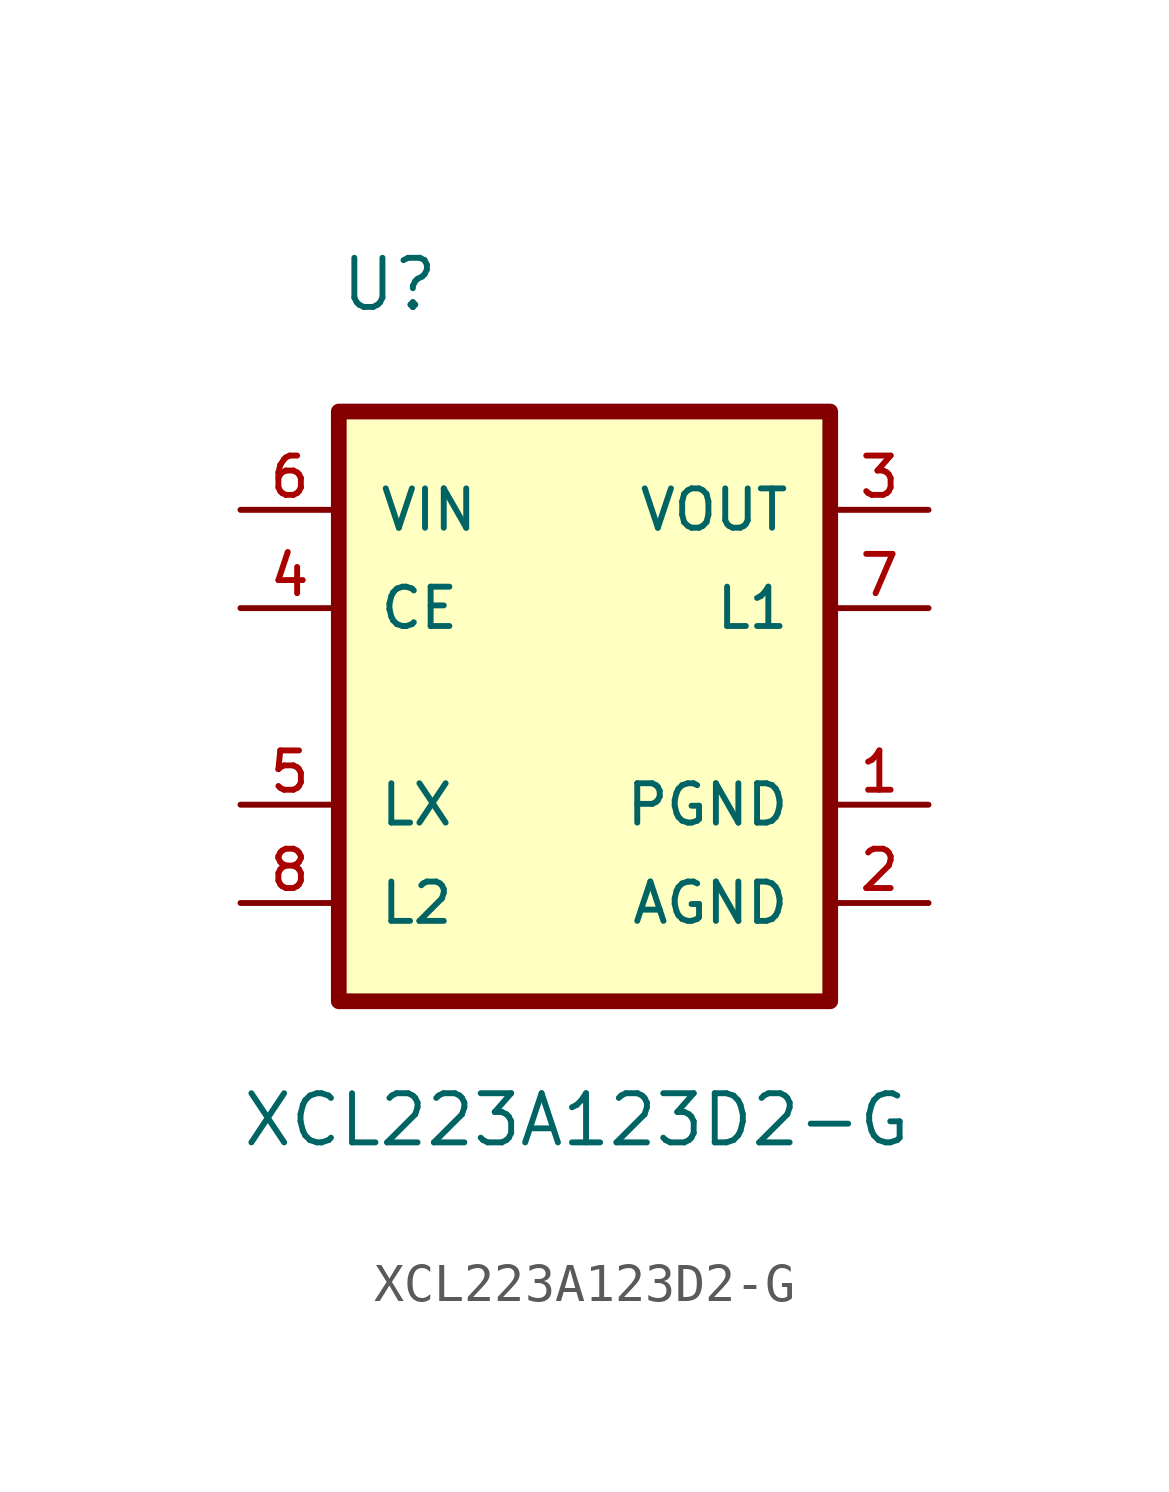
<source format=kicad_sym>
(kicad_symbol_lib
  (version 20211014)
  (generator kicad_symbol_editor)
  (symbol "XCL223A123D2-G"
    (pin_names
      (offset 1.016))
    (property "Reference" "U"
      (at -6.35 10.16 0)
      (effects (font (size 1.27 1.27)) (justify left bottom)))
    (property "Value" "XCL223A123D2-G"
      (at -8.89 -11.43 0)
      (effects (font (size 1.27 1.27)) (justify left bottom)))
    (property "ki_locked" ""
      (at 0 0 0)
      (effects (font (size 1.27 1.27))))
    (symbol "XCL223A123D2-G_0_0"
      (rectangle (start -6.35 7.62) (end 6.35 -7.62) (stroke (width 0.406) (type default) (color 0 0 0 0)) (fill (type background)))
      (pin power_in line (at 8.89 -2.54 180) (length 2.54) (name "PGND" (effects (font (size 1.016 1.016)))) (number "1" (effects (font (size 1.016 1.016)))))
      (pin power_in line (at 8.89 -5.08 180) (length 2.54) (name "AGND" (effects (font (size 1.016 1.016)))) (number "2" (effects (font (size 1.016 1.016)))))
      (pin power_in line (at 8.89 5.08 180) (length 2.54) (name "VOUT" (effects (font (size 1.016 1.016)))) (number "3" (effects (font (size 1.016 1.016)))))
      (pin bidirectional line (at -8.89 2.54 0) (length 2.54) (name "CE" (effects (font (size 1.016 1.016)))) (number "4" (effects (font (size 1.016 1.016)))))
      (pin bidirectional line (at -8.89 -2.54 0) (length 2.54) (name "LX" (effects (font (size 1.016 1.016)))) (number "5" (effects (font (size 1.016 1.016)))))
      (pin power_in line (at -8.89 5.08 0) (length 2.54) (name "VIN" (effects (font (size 1.016 1.016)))) (number "6" (effects (font (size 1.016 1.016)))))
      (pin bidirectional line (at 8.89 2.54 180) (length 2.54) (name "L1" (effects (font (size 1.016 1.016)))) (number "7" (effects (font (size 1.016 1.016)))))
      (pin bidirectional line (at -8.89 -5.08 0) (length 2.54) (name "L2" (effects (font (size 1.016 1.016)))) (number "8" (effects (font (size 1.016 1.016))))))))
</source>
